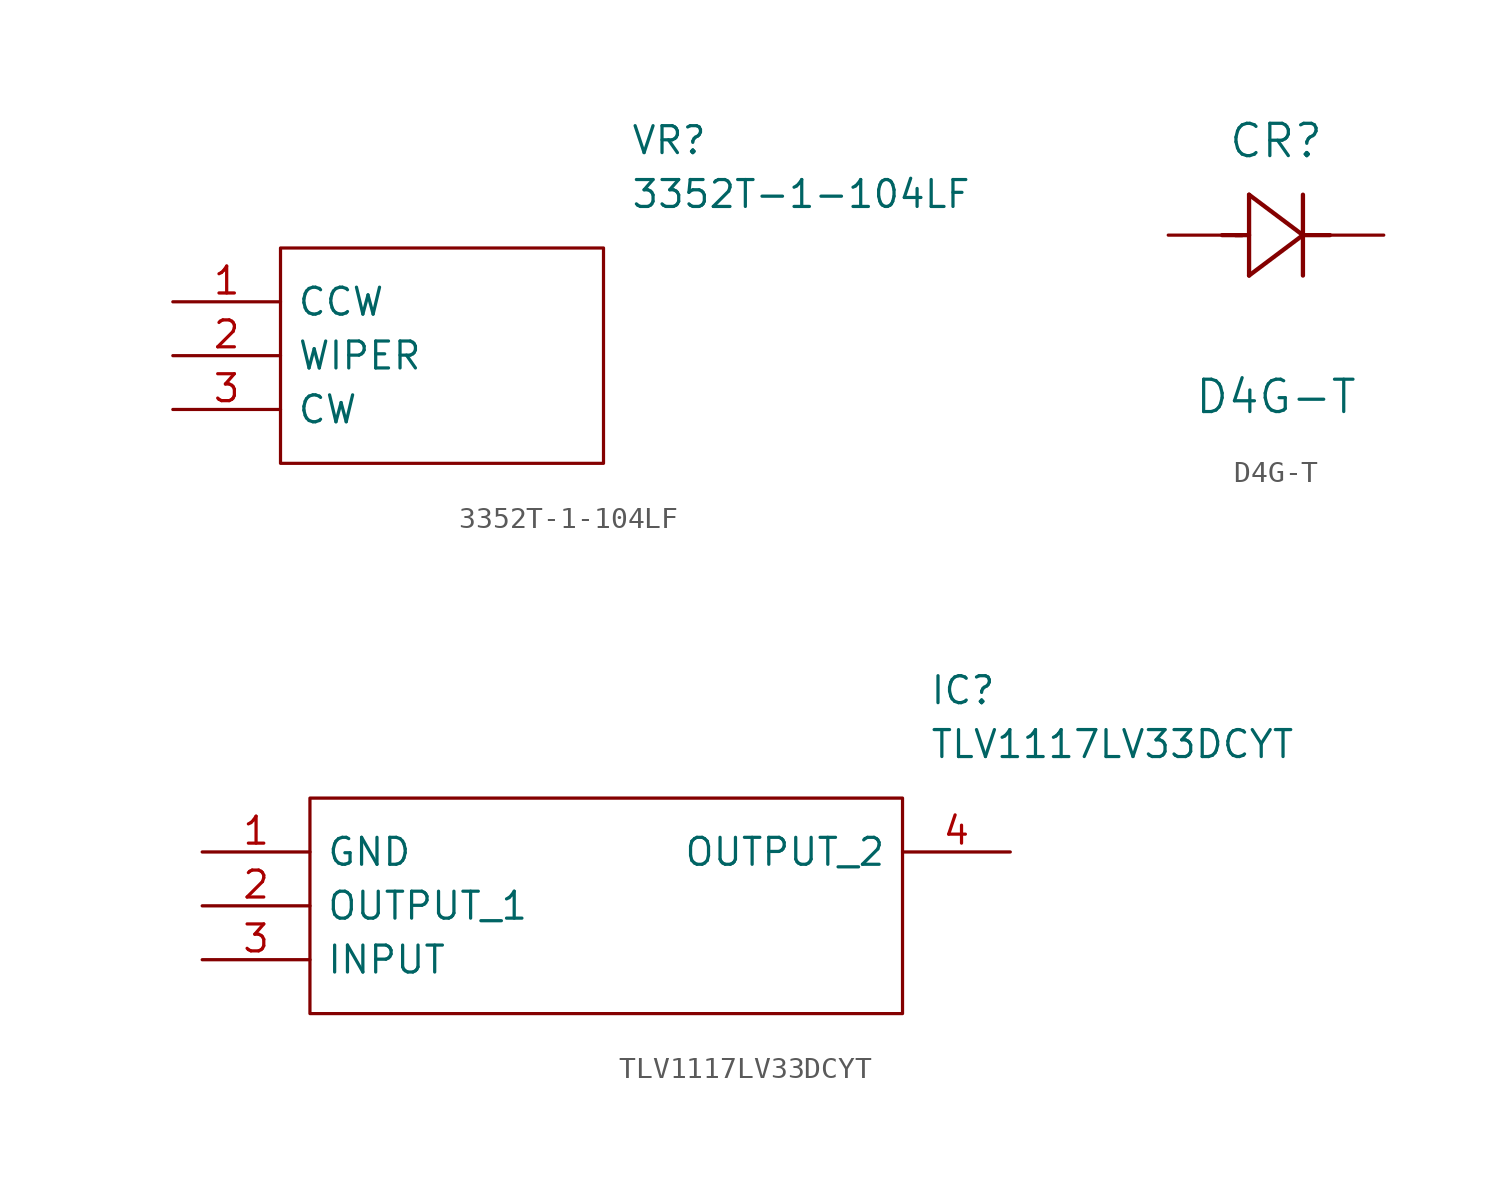
<source format=kicad_sym>
(kicad_symbol_lib
  (version 20211014)
  (generator kicad_symbol_editor)
  (symbol "3352T-1-104LF"
    (pin_names
      (offset 0.762))
    (property "Reference" "VR"
      (at 21.59 7.62 0)
      (effects (font (size 1.27 1.27)) (justify left)))
    (property "Value" "3352T-1-104LF"
      (at 21.59 5.08 0)
      (effects (font (size 1.27 1.27)) (justify left)))
    (symbol "3352T-1-104LF_0_0"
      (pin passive line (at 0 0 0) (length 5.08) (name "CCW" (effects (font (size 1.27 1.27)))) (number "1" (effects (font (size 1.27 1.27)))))
      (pin passive line (at 0 -2.54 0) (length 5.08) (name "WIPER" (effects (font (size 1.27 1.27)))) (number "2" (effects (font (size 1.27 1.27)))))
      (pin passive line (at 0 -5.08 0) (length 5.08) (name "CW" (effects (font (size 1.27 1.27)))) (number "3" (effects (font (size 1.27 1.27))))))
    (symbol "3352T-1-104LF_0_1"
      (polyline (pts (xy 5.08 2.54) (xy 20.32 2.54) (xy 20.32 -7.62) (xy 5.08 -7.62) (xy 5.08 2.54)) (stroke (width 0.152) (type default) (color 0 0 0 0)) (fill (type none)))))
  (symbol "D4G-T"
    (pin_numbers hide)
    (pin_names
      (offset -1.651) hide)
    (property "Reference" "CR"
      (at 5.08 4.445 0)
      (effects (font (size 1.524 1.524))))
    (property "Value" "D4G-T"
      (at 5.08 -7.62 0)
      (effects (font (size 1.524 1.524))))
    (property "Datasheet" ""
      (at 0 0 0)
      (effects (font (size 1.524 1.524))))
    (property "ki_locked" ""
      (at 0 0 0)
      (effects (font (size 1.27 1.27))))
    (symbol "D4G-T_1_1"
      (polyline (pts (xy 2.54 0) (xy 3.48 0)) (stroke (width 0.203) (type default) (color 0 0 0 0)) (fill (type none)))
      (polyline (pts (xy 3.175 0) (xy 3.81 0)) (stroke (width 0.203) (type default) (color 0 0 0 0)) (fill (type none)))
      (polyline (pts (xy 3.81 -1.905) (xy 6.35 0)) (stroke (width 0.203) (type default) (color 0 0 0 0)) (fill (type none)))
      (polyline (pts (xy 3.81 1.905) (xy 3.81 -1.905)) (stroke (width 0.203) (type default) (color 0 0 0 0)) (fill (type none)))
      (polyline (pts (xy 6.35 -1.905) (xy 6.35 1.905)) (stroke (width 0.203) (type default) (color 0 0 0 0)) (fill (type none)))
      (polyline (pts (xy 6.35 0) (xy 3.81 1.905)) (stroke (width 0.203) (type default) (color 0 0 0 0)) (fill (type none)))
      (polyline (pts (xy 6.35 0) (xy 7.62 0)) (stroke (width 0.203) (type default) (color 0 0 0 0)) (fill (type none)))
      (pin unspecified line (at 10.16 0 180) (length 2.54) (name "1" (effects (font (size 1.499 1.499)))) (number "1" (effects (font (size 1.499 1.499)))))
      (pin unspecified line (at 0 0 0) (length 2.54) (name "2" (effects (font (size 1.499 1.499)))) (number "2" (effects (font (size 1.499 1.499)))))))
  (symbol "TLV1117LV33DCYT"
    (pin_names
      (offset 0.762))
    (property "Reference" "IC"
      (at 34.29 7.62 0)
      (effects (font (size 1.27 1.27)) (justify left)))
    (property "Value" "TLV1117LV33DCYT"
      (at 34.29 5.08 0)
      (effects (font (size 1.27 1.27)) (justify left)))
    (symbol "TLV1117LV33DCYT_0_0"
      (pin passive line (at 0 0 0) (length 5.08) (name "GND" (effects (font (size 1.27 1.27)))) (number "1" (effects (font (size 1.27 1.27)))))
      (pin passive line (at 0 -2.54 0) (length 5.08) (name "OUTPUT_1" (effects (font (size 1.27 1.27)))) (number "2" (effects (font (size 1.27 1.27)))))
      (pin passive line (at 0 -5.08 0) (length 5.08) (name "INPUT" (effects (font (size 1.27 1.27)))) (number "3" (effects (font (size 1.27 1.27)))))
      (pin passive line (at 38.1 0 180) (length 5.08) (name "OUTPUT_2" (effects (font (size 1.27 1.27)))) (number "4" (effects (font (size 1.27 1.27))))))
    (symbol "TLV1117LV33DCYT_0_1"
      (polyline (pts (xy 5.08 2.54) (xy 33.02 2.54) (xy 33.02 -7.62) (xy 5.08 -7.62) (xy 5.08 2.54)) (stroke (width 0.152) (type default) (color 0 0 0 0)) (fill (type none))))))
</source>
